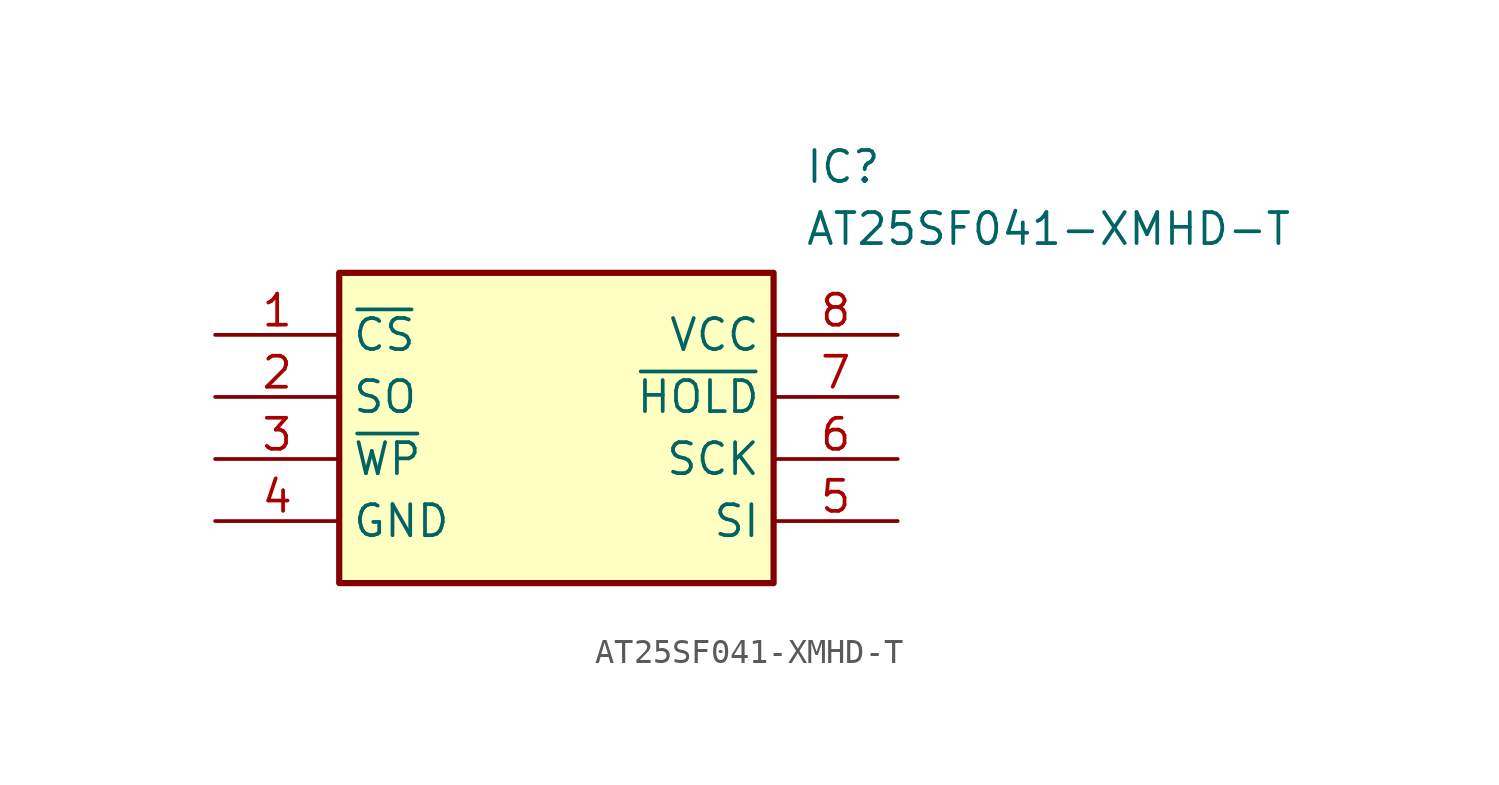
<source format=kicad_sym>
(kicad_symbol_lib
  (version 20211014)
  (generator SamacSys_ECAD_Model)
  (symbol "AT25SF041-XMHD-T"
    (property "Reference" "IC"
      (at 24.13 7.62 0)
      (effects (font (size 1.27 1.27)) (justify left top)))
    (property "Value" "AT25SF041-XMHD-T"
      (at 24.13 5.08 0)
      (effects (font (size 1.27 1.27)) (justify left top)))
    (rectangle
      (start 5.08 2.54)
      (end 22.86 -10.16)
      (stroke (width 0.254) (type default))
      (fill (type background)))
    (pin passive line
      (at 0 0 0)
      (length 5.08)
      (name "~{CS}" (effects (font (size 1.27 1.27))))
      (number "1" (effects (font (size 1.27 1.27)))))
    (pin passive line
      (at 0 -2.54 0)
      (length 5.08)
      (name "SO" (effects (font (size 1.27 1.27))))
      (number "2" (effects (font (size 1.27 1.27)))))
    (pin passive line
      (at 0 -5.08 0)
      (length 5.08)
      (name "~{WP}" (effects (font (size 1.27 1.27))))
      (number "3" (effects (font (size 1.27 1.27)))))
    (pin passive line
      (at 0 -7.62 0)
      (length 5.08)
      (name "GND" (effects (font (size 1.27 1.27))))
      (number "4" (effects (font (size 1.27 1.27)))))
    (pin passive line
      (at 27.94 0 180)
      (length 5.08)
      (name "VCC" (effects (font (size 1.27 1.27))))
      (number "8" (effects (font (size 1.27 1.27)))))
    (pin passive line
      (at 27.94 -2.54 180)
      (length 5.08)
      (name "~{HOLD}" (effects (font (size 1.27 1.27))))
      (number "7" (effects (font (size 1.27 1.27)))))
    (pin passive line
      (at 27.94 -5.08 180)
      (length 5.08)
      (name "SCK" (effects (font (size 1.27 1.27))))
      (number "6" (effects (font (size 1.27 1.27)))))
    (pin passive line
      (at 27.94 -7.62 180)
      (length 5.08)
      (name "SI" (effects (font (size 1.27 1.27))))
      (number "5" (effects (font (size 1.27 1.27)))))))
</source>
